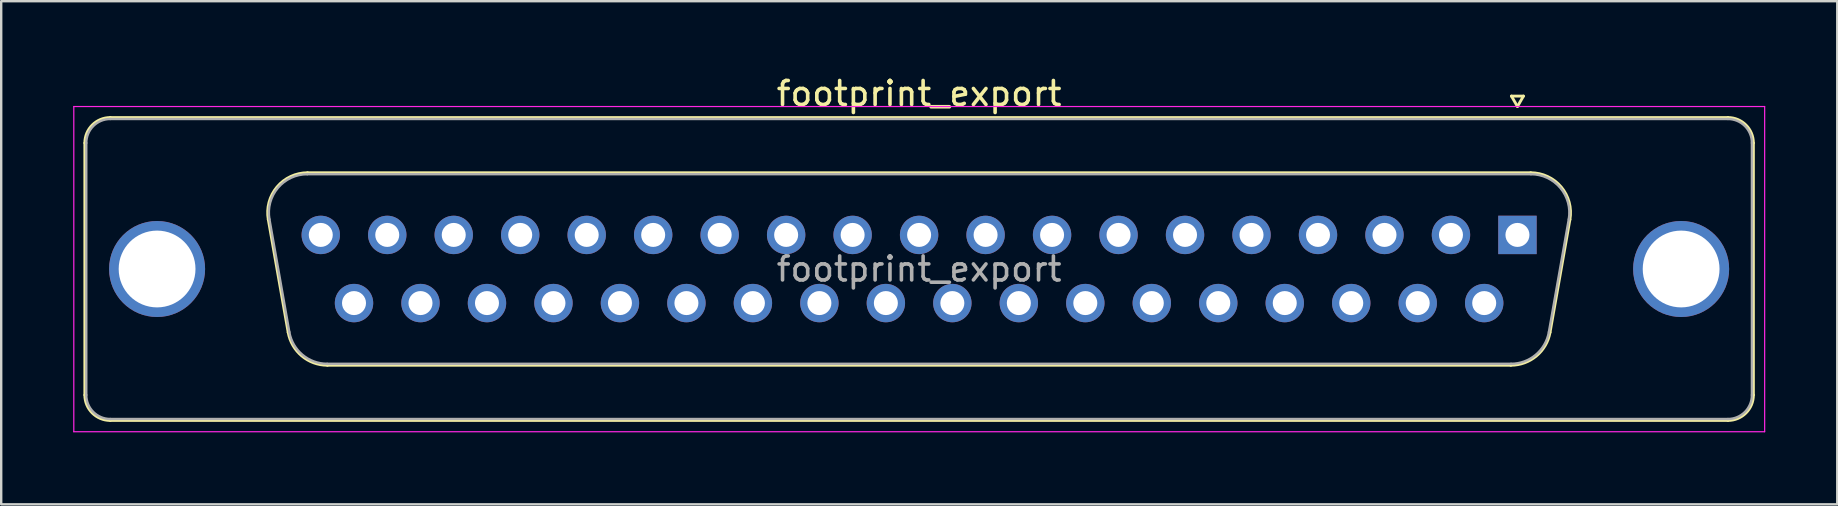
<source format=kicad_pcb>
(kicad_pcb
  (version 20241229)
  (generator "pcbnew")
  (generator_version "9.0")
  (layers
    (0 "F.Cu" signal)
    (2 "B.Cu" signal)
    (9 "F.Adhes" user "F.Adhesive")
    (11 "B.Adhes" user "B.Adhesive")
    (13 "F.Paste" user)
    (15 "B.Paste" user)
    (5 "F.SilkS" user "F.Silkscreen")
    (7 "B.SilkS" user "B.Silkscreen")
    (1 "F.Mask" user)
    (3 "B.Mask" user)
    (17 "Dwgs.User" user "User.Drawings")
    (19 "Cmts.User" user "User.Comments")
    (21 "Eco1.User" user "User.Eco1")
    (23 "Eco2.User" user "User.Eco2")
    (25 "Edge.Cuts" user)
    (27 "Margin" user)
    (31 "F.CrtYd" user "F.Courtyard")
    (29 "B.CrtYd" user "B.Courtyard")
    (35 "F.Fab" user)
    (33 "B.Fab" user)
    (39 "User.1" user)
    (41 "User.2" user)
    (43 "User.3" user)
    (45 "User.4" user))
  (footprint "footprint_export"
    (layer "F.Cu")
    (at 60.175 6.738)
    (property "Reference" "footprint_export" (at -24.93 -5.89 0) (layer "F.SilkS") (effects (font (size 1 1) (thickness 0.15))))
    (attr through_hole)
    (fp_line (start -59.69 6.67) (end -59.69 -3.83) (stroke (width 0.12) (type solid)) (layer "F.SilkS"))
    (fp_line (start -58.63 -4.89) (end 8.77 -4.89) (stroke (width 0.12) (type solid)) (layer "F.SilkS"))
    (fp_line (start -52.046 -0.642) (end -51.218 4.058) (stroke (width 0.12) (type solid)) (layer "F.SilkS"))
    (fp_line (start -50.412 -2.59) (end 0.552 -2.59) (stroke (width 0.12) (type solid)) (layer "F.SilkS"))
    (fp_line (start -49.583 5.43) (end -0.277 5.43) (stroke (width 0.12) (type solid)) (layer "F.SilkS"))
    (fp_line (start -0.25 -5.784) (end 0.25 -5.784) (stroke (width 0.12) (type solid)) (layer "F.SilkS"))
    (fp_line (start 0 -5.351) (end -0.25 -5.784) (stroke (width 0.12) (type solid)) (layer "F.SilkS"))
    (fp_line (start 0.25 -5.784) (end 0 -5.351) (stroke (width 0.12) (type solid)) (layer "F.SilkS"))
    (fp_line (start 2.186 -0.642) (end 1.358 4.058) (stroke (width 0.12) (type solid)) (layer "F.SilkS"))
    (fp_line (start 8.77 7.73) (end -58.63 7.73) (stroke (width 0.12) (type solid)) (layer "F.SilkS"))
    (fp_line (start 9.83 -3.83) (end 9.83 6.67) (stroke (width 0.12) (type solid)) (layer "F.SilkS"))
    (fp_arc (start -59.69 -3.83) (mid -59.379533 -4.579533) (end -58.63 -4.89) (stroke (width 0.12) (type solid)) (layer "F.SilkS"))
    (fp_arc (start -58.63 7.73) (mid -59.379533 7.419533) (end -59.69 6.67) (stroke (width 0.12) (type solid)) (layer "F.SilkS"))
    (fp_arc (start -52.04647 -0.641744) (mid -51.683323 -1.997028) (end -50.411689 -2.59) (stroke (width 0.12) (type solid)) (layer "F.SilkS"))
    (fp_arc (start -49.582952 5.43) (mid -50.649979 5.041634) (end -51.217733 4.058256) (stroke (width 0.12) (type solid)) (layer "F.SilkS"))
    (fp_arc (start 0.551689 -2.59) (mid 1.823323 -1.997027) (end 2.18647 -0.641744) (stroke (width 0.12) (type solid)) (layer "F.SilkS"))
    (fp_arc (start 1.357733 4.058256) (mid 0.78998 5.041634) (end -0.277048 5.43) (stroke (width 0.12) (type solid)) (layer "F.SilkS"))
    (fp_arc (start 8.77 -4.89) (mid 9.519533 -4.579533) (end 9.83 -3.83) (stroke (width 0.12) (type solid)) (layer "F.SilkS"))
    (fp_arc (start 9.83 6.67) (mid 9.519533 7.419533) (end 8.77 7.73) (stroke (width 0.12) (type solid)) (layer "F.SilkS"))
    (fp_line (start -60.15 -5.35) (end -60.15 8.2) (stroke (width 0.05) (type solid)) (layer "F.CrtYd"))
    (fp_line (start -60.15 8.2) (end 10.3 8.2) (stroke (width 0.05) (type solid)) (layer "F.CrtYd"))
    (fp_line (start 10.3 -5.35) (end -60.15 -5.35) (stroke (width 0.05) (type solid)) (layer "F.CrtYd"))
    (fp_line (start 10.3 8.2) (end 10.3 -5.35) (stroke (width 0.05) (type solid)) (layer "F.CrtYd"))
    (fp_line (start -59.63 6.67) (end -59.63 -3.83) (stroke (width 0.1) (type solid)) (layer "F.Fab"))
    (fp_line (start -58.63 -4.83) (end 8.77 -4.83) (stroke (width 0.1) (type solid)) (layer "F.Fab"))
    (fp_line (start -51.999 -0.652) (end -51.17 4.048) (stroke (width 0.1) (type solid)) (layer "F.Fab"))
    (fp_line (start -50.423 -2.53) (end 0.563 -2.53) (stroke (width 0.1) (type solid)) (layer "F.Fab"))
    (fp_line (start -49.594 5.37) (end -0.266 5.37) (stroke (width 0.1) (type solid)) (layer "F.Fab"))
    (fp_line (start 2.139 -0.652) (end 1.31 4.048) (stroke (width 0.1) (type solid)) (layer "F.Fab"))
    (fp_line (start 8.77 7.67) (end -58.63 7.67) (stroke (width 0.1) (type solid)) (layer "F.Fab"))
    (fp_line (start 9.77 -3.83) (end 9.77 6.67) (stroke (width 0.1) (type solid)) (layer "F.Fab"))
    (fp_arc (start -59.63 -3.83) (mid -59.337107 -4.537107) (end -58.63 -4.83) (stroke (width 0.1) (type solid)) (layer "F.Fab"))
    (fp_arc (start -58.63 7.67) (mid -59.337107 7.377107) (end -59.63 6.67) (stroke (width 0.1) (type solid)) (layer "F.Fab"))
    (fp_arc (start -51.998886 -0.652163) (mid -51.648865 -1.95846) (end -50.423194 -2.53) (stroke (width 0.1) (type solid)) (layer "F.Fab"))
    (fp_arc (start -49.594457 5.37) (mid -50.622917 4.995671) (end -51.170149 4.047837) (stroke (width 0.1) (type solid)) (layer "F.Fab"))
    (fp_arc (start 0.563194 -2.53) (mid 1.788865 -1.95846) (end 2.138886 -0.652163) (stroke (width 0.1) (type solid)) (layer "F.Fab"))
    (fp_arc (start 1.310149 4.047837) (mid 0.762917 4.995671) (end -0.265543 5.37) (stroke (width 0.1) (type solid)) (layer "F.Fab"))
    (fp_arc (start 8.77 -4.83) (mid 9.477107 -4.537107) (end 9.77 -3.83) (stroke (width 0.1) (type solid)) (layer "F.Fab"))
    (fp_arc (start 9.77 6.67) (mid 9.477107 7.377107) (end 8.77 7.67) (stroke (width 0.1) (type solid)) (layer "F.Fab"))
    (fp_text user "${REFERENCE}" (at -24.93 1.42 0) (layer "F.Fab") (effects (font (size 1 1) (thickness 0.15))))
    (pad "0" thru_hole circle (at -56.68 1.42) (size 4 4) (drill 3.2) (layers "*.Cu" "*.Mask"))
    (pad "0" thru_hole circle (at 6.82 1.42) (size 4 4) (drill 3.2) (layers "*.Cu" "*.Mask"))
    (pad "1" thru_hole rect (at 0 0) (size 1.6 1.6) (drill 1) (layers "*.Cu" "*.Mask"))
    (pad "2" thru_hole circle (at -2.77 0) (size 1.6 1.6) (drill 1) (layers "*.Cu" "*.Mask"))
    (pad "3" thru_hole circle (at -5.54 0) (size 1.6 1.6) (drill 1) (layers "*.Cu" "*.Mask"))
    (pad "4" thru_hole circle (at -8.31 0) (size 1.6 1.6) (drill 1) (layers "*.Cu" "*.Mask"))
    (pad "5" thru_hole circle (at -11.08 0) (size 1.6 1.6) (drill 1) (layers "*.Cu" "*.Mask"))
    (pad "6" thru_hole circle (at -13.85 0) (size 1.6 1.6) (drill 1) (layers "*.Cu" "*.Mask"))
    (pad "7" thru_hole circle (at -16.62 0) (size 1.6 1.6) (drill 1) (layers "*.Cu" "*.Mask"))
    (pad "8" thru_hole circle (at -19.39 0) (size 1.6 1.6) (drill 1) (layers "*.Cu" "*.Mask"))
    (pad "9" thru_hole circle (at -22.16 0) (size 1.6 1.6) (drill 1) (layers "*.Cu" "*.Mask"))
    (pad "10" thru_hole circle (at -24.93 0) (size 1.6 1.6) (drill 1) (layers "*.Cu" "*.Mask"))
    (pad "11" thru_hole circle (at -27.7 0) (size 1.6 1.6) (drill 1) (layers "*.Cu" "*.Mask"))
    (pad "12" thru_hole circle (at -30.47 0) (size 1.6 1.6) (drill 1) (layers "*.Cu" "*.Mask"))
    (pad "13" thru_hole circle (at -33.24 0) (size 1.6 1.6) (drill 1) (layers "*.Cu" "*.Mask"))
    (pad "14" thru_hole circle (at -36.01 0) (size 1.6 1.6) (drill 1) (layers "*.Cu" "*.Mask"))
    (pad "15" thru_hole circle (at -38.78 0) (size 1.6 1.6) (drill 1) (layers "*.Cu" "*.Mask"))
    (pad "16" thru_hole circle (at -41.55 0) (size 1.6 1.6) (drill 1) (layers "*.Cu" "*.Mask"))
    (pad "17" thru_hole circle (at -44.32 0) (size 1.6 1.6) (drill 1) (layers "*.Cu" "*.Mask"))
    (pad "18" thru_hole circle (at -47.09 0) (size 1.6 1.6) (drill 1) (layers "*.Cu" "*.Mask"))
    (pad "19" thru_hole circle (at -49.86 0) (size 1.6 1.6) (drill 1) (layers "*.Cu" "*.Mask"))
    (pad "20" thru_hole circle (at -1.385 2.84) (size 1.6 1.6) (drill 1) (layers "*.Cu" "*.Mask"))
    (pad "21" thru_hole circle (at -4.155 2.84) (size 1.6 1.6) (drill 1) (layers "*.Cu" "*.Mask"))
    (pad "22" thru_hole circle (at -6.925 2.84) (size 1.6 1.6) (drill 1) (layers "*.Cu" "*.Mask"))
    (pad "23" thru_hole circle (at -9.695 2.84) (size 1.6 1.6) (drill 1) (layers "*.Cu" "*.Mask"))
    (pad "24" thru_hole circle (at -12.465 2.84) (size 1.6 1.6) (drill 1) (layers "*.Cu" "*.Mask"))
    (pad "25" thru_hole circle (at -15.235 2.84) (size 1.6 1.6) (drill 1) (layers "*.Cu" "*.Mask"))
    (pad "26" thru_hole circle (at -18.005 2.84) (size 1.6 1.6) (drill 1) (layers "*.Cu" "*.Mask"))
    (pad "27" thru_hole circle (at -20.775 2.84) (size 1.6 1.6) (drill 1) (layers "*.Cu" "*.Mask"))
    (pad "28" thru_hole circle (at -23.545 2.84) (size 1.6 1.6) (drill 1) (layers "*.Cu" "*.Mask"))
    (pad "29" thru_hole circle (at -26.315 2.84) (size 1.6 1.6) (drill 1) (layers "*.Cu" "*.Mask"))
    (pad "30" thru_hole circle (at -29.085 2.84) (size 1.6 1.6) (drill 1) (layers "*.Cu" "*.Mask"))
    (pad "31" thru_hole circle (at -31.855 2.84) (size 1.6 1.6) (drill 1) (layers "*.Cu" "*.Mask"))
    (pad "32" thru_hole circle (at -34.625 2.84) (size 1.6 1.6) (drill 1) (layers "*.Cu" "*.Mask"))
    (pad "33" thru_hole circle (at -37.395 2.84) (size 1.6 1.6) (drill 1) (layers "*.Cu" "*.Mask"))
    (pad "34" thru_hole circle (at -40.165 2.84) (size 1.6 1.6) (drill 1) (layers "*.Cu" "*.Mask"))
    (pad "35" thru_hole circle (at -42.935 2.84) (size 1.6 1.6) (drill 1) (layers "*.Cu" "*.Mask"))
    (pad "36" thru_hole circle (at -45.705 2.84) (size 1.6 1.6) (drill 1) (layers "*.Cu" "*.Mask"))
    (pad "37" thru_hole circle (at -48.475 2.84) (size 1.6 1.6) (drill 1) (layers "*.Cu" "*.Mask")))
  (gr_rect
    (start -3 -3)
    (end 73.5 17.963)
    (stroke (width 0.1) (type default))
    (fill no)
    (layer "Edge.Cuts")))
</source>
